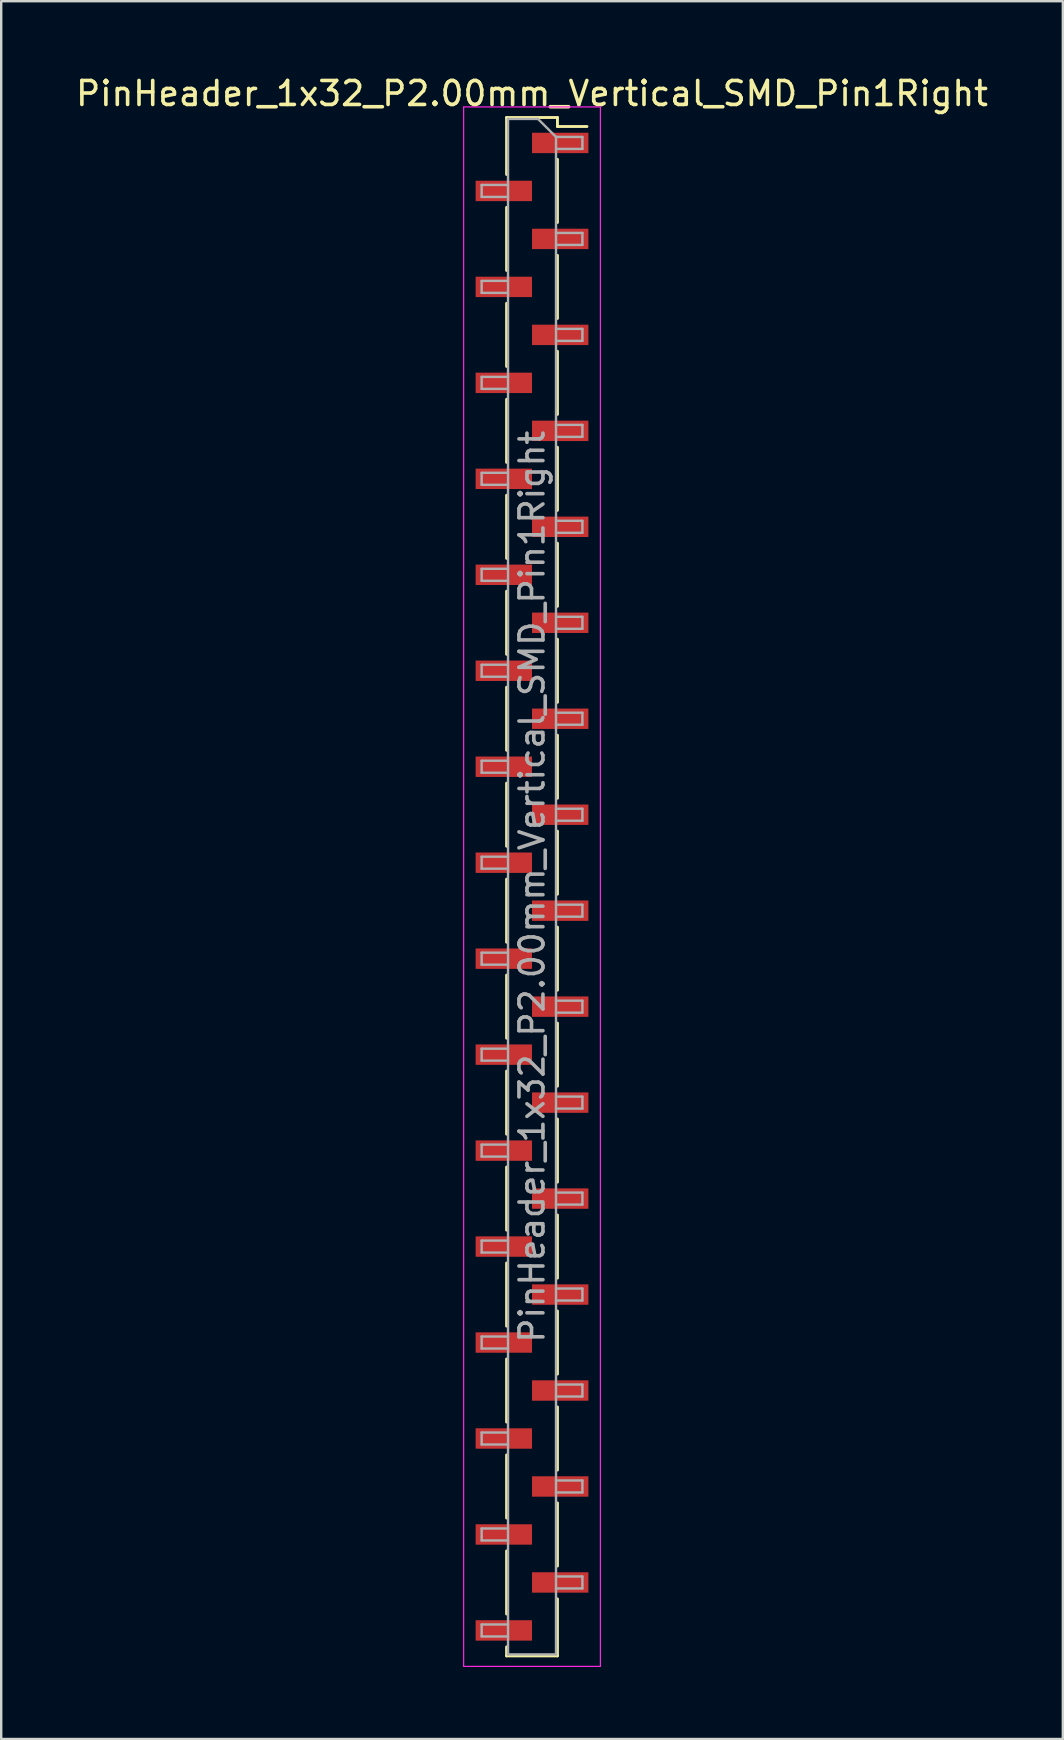
<source format=kicad_pcb>
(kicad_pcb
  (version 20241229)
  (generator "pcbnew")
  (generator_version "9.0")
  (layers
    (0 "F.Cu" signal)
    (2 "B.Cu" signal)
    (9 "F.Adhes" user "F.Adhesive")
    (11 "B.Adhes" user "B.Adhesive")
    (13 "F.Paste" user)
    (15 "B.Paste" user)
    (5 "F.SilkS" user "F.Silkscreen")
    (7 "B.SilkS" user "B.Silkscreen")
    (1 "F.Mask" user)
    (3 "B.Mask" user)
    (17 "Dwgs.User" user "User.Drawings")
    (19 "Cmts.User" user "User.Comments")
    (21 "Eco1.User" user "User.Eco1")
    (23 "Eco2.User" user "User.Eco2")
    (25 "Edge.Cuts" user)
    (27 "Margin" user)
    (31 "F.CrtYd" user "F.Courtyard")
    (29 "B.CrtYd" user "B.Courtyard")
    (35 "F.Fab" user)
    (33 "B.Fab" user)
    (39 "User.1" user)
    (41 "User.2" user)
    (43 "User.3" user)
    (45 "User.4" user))
  (footprint "PinHeader_1x32_P2.00mm_Vertical_SMD_Pin1Right"
    (layer "F.Cu")
    (at 19.125 33.908)
    (property "Reference" "PinHeader_1x32_P2.00mm_Vertical_SMD_Pin1Right" (at 0 -33.06 0) (layer "F.SilkS") (effects (font (size 1 1) (thickness 0.15))))
    (attr smd)
    (fp_line (start -1.06 -32.06) (end -1.06 -29.685) (stroke (width 0.12) (type solid)) (layer "F.SilkS"))
    (fp_line (start -1.06 -32.06) (end 1.06 -32.06) (stroke (width 0.12) (type solid)) (layer "F.SilkS"))
    (fp_line (start -1.06 -28.315) (end -1.06 -25.685) (stroke (width 0.12) (type solid)) (layer "F.SilkS"))
    (fp_line (start -1.06 -24.315) (end -1.06 -21.685) (stroke (width 0.12) (type solid)) (layer "F.SilkS"))
    (fp_line (start -1.06 -20.315) (end -1.06 -17.685) (stroke (width 0.12) (type solid)) (layer "F.SilkS"))
    (fp_line (start -1.06 -16.315) (end -1.06 -13.685) (stroke (width 0.12) (type solid)) (layer "F.SilkS"))
    (fp_line (start -1.06 -12.315) (end -1.06 -9.685) (stroke (width 0.12) (type solid)) (layer "F.SilkS"))
    (fp_line (start -1.06 -8.315) (end -1.06 -5.685) (stroke (width 0.12) (type solid)) (layer "F.SilkS"))
    (fp_line (start -1.06 -4.315) (end -1.06 -1.685) (stroke (width 0.12) (type solid)) (layer "F.SilkS"))
    (fp_line (start -1.06 -0.315) (end -1.06 2.315) (stroke (width 0.12) (type solid)) (layer "F.SilkS"))
    (fp_line (start -1.06 3.685) (end -1.06 6.315) (stroke (width 0.12) (type solid)) (layer "F.SilkS"))
    (fp_line (start -1.06 7.685) (end -1.06 10.315) (stroke (width 0.12) (type solid)) (layer "F.SilkS"))
    (fp_line (start -1.06 11.685) (end -1.06 14.315) (stroke (width 0.12) (type solid)) (layer "F.SilkS"))
    (fp_line (start -1.06 15.685) (end -1.06 18.315) (stroke (width 0.12) (type solid)) (layer "F.SilkS"))
    (fp_line (start -1.06 19.685) (end -1.06 22.315) (stroke (width 0.12) (type solid)) (layer "F.SilkS"))
    (fp_line (start -1.06 23.685) (end -1.06 26.315) (stroke (width 0.12) (type solid)) (layer "F.SilkS"))
    (fp_line (start -1.06 27.685) (end -1.06 30.315) (stroke (width 0.12) (type solid)) (layer "F.SilkS"))
    (fp_line (start -1.06 31.685) (end -1.06 32.06) (stroke (width 0.12) (type solid)) (layer "F.SilkS"))
    (fp_line (start -1.06 32.06) (end 1.06 32.06) (stroke (width 0.12) (type solid)) (layer "F.SilkS"))
    (fp_line (start 1.06 -32.06) (end 1.06 -31.685) (stroke (width 0.12) (type solid)) (layer "F.SilkS"))
    (fp_line (start 1.06 -31.685) (end 2.29 -31.685) (stroke (width 0.12) (type solid)) (layer "F.SilkS"))
    (fp_line (start 1.06 -30.315) (end 1.06 -27.685) (stroke (width 0.12) (type solid)) (layer "F.SilkS"))
    (fp_line (start 1.06 -26.315) (end 1.06 -23.685) (stroke (width 0.12) (type solid)) (layer "F.SilkS"))
    (fp_line (start 1.06 -22.315) (end 1.06 -19.685) (stroke (width 0.12) (type solid)) (layer "F.SilkS"))
    (fp_line (start 1.06 -18.315) (end 1.06 -15.685) (stroke (width 0.12) (type solid)) (layer "F.SilkS"))
    (fp_line (start 1.06 -14.315) (end 1.06 -11.685) (stroke (width 0.12) (type solid)) (layer "F.SilkS"))
    (fp_line (start 1.06 -10.315) (end 1.06 -7.685) (stroke (width 0.12) (type solid)) (layer "F.SilkS"))
    (fp_line (start 1.06 -6.315) (end 1.06 -3.685) (stroke (width 0.12) (type solid)) (layer "F.SilkS"))
    (fp_line (start 1.06 -2.315) (end 1.06 0.315) (stroke (width 0.12) (type solid)) (layer "F.SilkS"))
    (fp_line (start 1.06 1.685) (end 1.06 4.315) (stroke (width 0.12) (type solid)) (layer "F.SilkS"))
    (fp_line (start 1.06 5.685) (end 1.06 8.315) (stroke (width 0.12) (type solid)) (layer "F.SilkS"))
    (fp_line (start 1.06 9.685) (end 1.06 12.315) (stroke (width 0.12) (type solid)) (layer "F.SilkS"))
    (fp_line (start 1.06 13.685) (end 1.06 16.315) (stroke (width 0.12) (type solid)) (layer "F.SilkS"))
    (fp_line (start 1.06 17.685) (end 1.06 20.315) (stroke (width 0.12) (type solid)) (layer "F.SilkS"))
    (fp_line (start 1.06 21.685) (end 1.06 24.315) (stroke (width 0.12) (type solid)) (layer "F.SilkS"))
    (fp_line (start 1.06 25.685) (end 1.06 28.315) (stroke (width 0.12) (type solid)) (layer "F.SilkS"))
    (fp_line (start 1.06 29.685) (end 1.06 32.06) (stroke (width 0.12) (type solid)) (layer "F.SilkS"))
    (fp_line (start -2.85 -32.5) (end -2.85 32.5) (stroke (width 0.05) (type solid)) (layer "F.CrtYd"))
    (fp_line (start -2.85 32.5) (end 2.85 32.5) (stroke (width 0.05) (type solid)) (layer "F.CrtYd"))
    (fp_line (start 2.85 -32.5) (end -2.85 -32.5) (stroke (width 0.05) (type solid)) (layer "F.CrtYd"))
    (fp_line (start 2.85 32.5) (end 2.85 -32.5) (stroke (width 0.05) (type solid)) (layer "F.CrtYd"))
    (fp_line (start -2.1 -29.25) (end -2.1 -28.75) (stroke (width 0.1) (type solid)) (layer "F.Fab"))
    (fp_line (start -2.1 -28.75) (end -1 -28.75) (stroke (width 0.1) (type solid)) (layer "F.Fab"))
    (fp_line (start -2.1 -25.25) (end -2.1 -24.75) (stroke (width 0.1) (type solid)) (layer "F.Fab"))
    (fp_line (start -2.1 -24.75) (end -1 -24.75) (stroke (width 0.1) (type solid)) (layer "F.Fab"))
    (fp_line (start -2.1 -21.25) (end -2.1 -20.75) (stroke (width 0.1) (type solid)) (layer "F.Fab"))
    (fp_line (start -2.1 -20.75) (end -1 -20.75) (stroke (width 0.1) (type solid)) (layer "F.Fab"))
    (fp_line (start -2.1 -17.25) (end -2.1 -16.75) (stroke (width 0.1) (type solid)) (layer "F.Fab"))
    (fp_line (start -2.1 -16.75) (end -1 -16.75) (stroke (width 0.1) (type solid)) (layer "F.Fab"))
    (fp_line (start -2.1 -13.25) (end -2.1 -12.75) (stroke (width 0.1) (type solid)) (layer "F.Fab"))
    (fp_line (start -2.1 -12.75) (end -1 -12.75) (stroke (width 0.1) (type solid)) (layer "F.Fab"))
    (fp_line (start -2.1 -9.25) (end -2.1 -8.75) (stroke (width 0.1) (type solid)) (layer "F.Fab"))
    (fp_line (start -2.1 -8.75) (end -1 -8.75) (stroke (width 0.1) (type solid)) (layer "F.Fab"))
    (fp_line (start -2.1 -5.25) (end -2.1 -4.75) (stroke (width 0.1) (type solid)) (layer "F.Fab"))
    (fp_line (start -2.1 -4.75) (end -1 -4.75) (stroke (width 0.1) (type solid)) (layer "F.Fab"))
    (fp_line (start -2.1 -1.25) (end -2.1 -0.75) (stroke (width 0.1) (type solid)) (layer "F.Fab"))
    (fp_line (start -2.1 -0.75) (end -1 -0.75) (stroke (width 0.1) (type solid)) (layer "F.Fab"))
    (fp_line (start -2.1 2.75) (end -2.1 3.25) (stroke (width 0.1) (type solid)) (layer "F.Fab"))
    (fp_line (start -2.1 3.25) (end -1 3.25) (stroke (width 0.1) (type solid)) (layer "F.Fab"))
    (fp_line (start -2.1 6.75) (end -2.1 7.25) (stroke (width 0.1) (type solid)) (layer "F.Fab"))
    (fp_line (start -2.1 7.25) (end -1 7.25) (stroke (width 0.1) (type solid)) (layer "F.Fab"))
    (fp_line (start -2.1 10.75) (end -2.1 11.25) (stroke (width 0.1) (type solid)) (layer "F.Fab"))
    (fp_line (start -2.1 11.25) (end -1 11.25) (stroke (width 0.1) (type solid)) (layer "F.Fab"))
    (fp_line (start -2.1 14.75) (end -2.1 15.25) (stroke (width 0.1) (type solid)) (layer "F.Fab"))
    (fp_line (start -2.1 15.25) (end -1 15.25) (stroke (width 0.1) (type solid)) (layer "F.Fab"))
    (fp_line (start -2.1 18.75) (end -2.1 19.25) (stroke (width 0.1) (type solid)) (layer "F.Fab"))
    (fp_line (start -2.1 19.25) (end -1 19.25) (stroke (width 0.1) (type solid)) (layer "F.Fab"))
    (fp_line (start -2.1 22.75) (end -2.1 23.25) (stroke (width 0.1) (type solid)) (layer "F.Fab"))
    (fp_line (start -2.1 23.25) (end -1 23.25) (stroke (width 0.1) (type solid)) (layer "F.Fab"))
    (fp_line (start -2.1 26.75) (end -2.1 27.25) (stroke (width 0.1) (type solid)) (layer "F.Fab"))
    (fp_line (start -2.1 27.25) (end -1 27.25) (stroke (width 0.1) (type solid)) (layer "F.Fab"))
    (fp_line (start -2.1 30.75) (end -2.1 31.25) (stroke (width 0.1) (type solid)) (layer "F.Fab"))
    (fp_line (start -2.1 31.25) (end -1 31.25) (stroke (width 0.1) (type solid)) (layer "F.Fab"))
    (fp_line (start -1 -32) (end -1 32) (stroke (width 0.1) (type solid)) (layer "F.Fab"))
    (fp_line (start -1 -32) (end 0.25 -32) (stroke (width 0.1) (type solid)) (layer "F.Fab"))
    (fp_line (start -1 -29.25) (end -2.1 -29.25) (stroke (width 0.1) (type solid)) (layer "F.Fab"))
    (fp_line (start -1 -25.25) (end -2.1 -25.25) (stroke (width 0.1) (type solid)) (layer "F.Fab"))
    (fp_line (start -1 -21.25) (end -2.1 -21.25) (stroke (width 0.1) (type solid)) (layer "F.Fab"))
    (fp_line (start -1 -17.25) (end -2.1 -17.25) (stroke (width 0.1) (type solid)) (layer "F.Fab"))
    (fp_line (start -1 -13.25) (end -2.1 -13.25) (stroke (width 0.1) (type solid)) (layer "F.Fab"))
    (fp_line (start -1 -9.25) (end -2.1 -9.25) (stroke (width 0.1) (type solid)) (layer "F.Fab"))
    (fp_line (start -1 -5.25) (end -2.1 -5.25) (stroke (width 0.1) (type solid)) (layer "F.Fab"))
    (fp_line (start -1 -1.25) (end -2.1 -1.25) (stroke (width 0.1) (type solid)) (layer "F.Fab"))
    (fp_line (start -1 2.75) (end -2.1 2.75) (stroke (width 0.1) (type solid)) (layer "F.Fab"))
    (fp_line (start -1 6.75) (end -2.1 6.75) (stroke (width 0.1) (type solid)) (layer "F.Fab"))
    (fp_line (start -1 10.75) (end -2.1 10.75) (stroke (width 0.1) (type solid)) (layer "F.Fab"))
    (fp_line (start -1 14.75) (end -2.1 14.75) (stroke (width 0.1) (type solid)) (layer "F.Fab"))
    (fp_line (start -1 18.75) (end -2.1 18.75) (stroke (width 0.1) (type solid)) (layer "F.Fab"))
    (fp_line (start -1 22.75) (end -2.1 22.75) (stroke (width 0.1) (type solid)) (layer "F.Fab"))
    (fp_line (start -1 26.75) (end -2.1 26.75) (stroke (width 0.1) (type solid)) (layer "F.Fab"))
    (fp_line (start -1 30.75) (end -2.1 30.75) (stroke (width 0.1) (type solid)) (layer "F.Fab"))
    (fp_line (start 1 -31.25) (end 0.25 -32) (stroke (width 0.1) (type solid)) (layer "F.Fab"))
    (fp_line (start 1 -31.25) (end 2.1 -31.25) (stroke (width 0.1) (type solid)) (layer "F.Fab"))
    (fp_line (start 1 -27.25) (end 2.1 -27.25) (stroke (width 0.1) (type solid)) (layer "F.Fab"))
    (fp_line (start 1 -23.25) (end 2.1 -23.25) (stroke (width 0.1) (type solid)) (layer "F.Fab"))
    (fp_line (start 1 -19.25) (end 2.1 -19.25) (stroke (width 0.1) (type solid)) (layer "F.Fab"))
    (fp_line (start 1 -15.25) (end 2.1 -15.25) (stroke (width 0.1) (type solid)) (layer "F.Fab"))
    (fp_line (start 1 -11.25) (end 2.1 -11.25) (stroke (width 0.1) (type solid)) (layer "F.Fab"))
    (fp_line (start 1 -7.25) (end 2.1 -7.25) (stroke (width 0.1) (type solid)) (layer "F.Fab"))
    (fp_line (start 1 -3.25) (end 2.1 -3.25) (stroke (width 0.1) (type solid)) (layer "F.Fab"))
    (fp_line (start 1 0.75) (end 2.1 0.75) (stroke (width 0.1) (type solid)) (layer "F.Fab"))
    (fp_line (start 1 4.75) (end 2.1 4.75) (stroke (width 0.1) (type solid)) (layer "F.Fab"))
    (fp_line (start 1 8.75) (end 2.1 8.75) (stroke (width 0.1) (type solid)) (layer "F.Fab"))
    (fp_line (start 1 12.75) (end 2.1 12.75) (stroke (width 0.1) (type solid)) (layer "F.Fab"))
    (fp_line (start 1 16.75) (end 2.1 16.75) (stroke (width 0.1) (type solid)) (layer "F.Fab"))
    (fp_line (start 1 20.75) (end 2.1 20.75) (stroke (width 0.1) (type solid)) (layer "F.Fab"))
    (fp_line (start 1 24.75) (end 2.1 24.75) (stroke (width 0.1) (type solid)) (layer "F.Fab"))
    (fp_line (start 1 28.75) (end 2.1 28.75) (stroke (width 0.1) (type solid)) (layer "F.Fab"))
    (fp_line (start 1 32) (end -1 32) (stroke (width 0.1) (type solid)) (layer "F.Fab"))
    (fp_line (start 1 32) (end 1 -31.25) (stroke (width 0.1) (type solid)) (layer "F.Fab"))
    (fp_line (start 2.1 -31.25) (end 2.1 -30.75) (stroke (width 0.1) (type solid)) (layer "F.Fab"))
    (fp_line (start 2.1 -30.75) (end 1 -30.75) (stroke (width 0.1) (type solid)) (layer "F.Fab"))
    (fp_line (start 2.1 -27.25) (end 2.1 -26.75) (stroke (width 0.1) (type solid)) (layer "F.Fab"))
    (fp_line (start 2.1 -26.75) (end 1 -26.75) (stroke (width 0.1) (type solid)) (layer "F.Fab"))
    (fp_line (start 2.1 -23.25) (end 2.1 -22.75) (stroke (width 0.1) (type solid)) (layer "F.Fab"))
    (fp_line (start 2.1 -22.75) (end 1 -22.75) (stroke (width 0.1) (type solid)) (layer "F.Fab"))
    (fp_line (start 2.1 -19.25) (end 2.1 -18.75) (stroke (width 0.1) (type solid)) (layer "F.Fab"))
    (fp_line (start 2.1 -18.75) (end 1 -18.75) (stroke (width 0.1) (type solid)) (layer "F.Fab"))
    (fp_line (start 2.1 -15.25) (end 2.1 -14.75) (stroke (width 0.1) (type solid)) (layer "F.Fab"))
    (fp_line (start 2.1 -14.75) (end 1 -14.75) (stroke (width 0.1) (type solid)) (layer "F.Fab"))
    (fp_line (start 2.1 -11.25) (end 2.1 -10.75) (stroke (width 0.1) (type solid)) (layer "F.Fab"))
    (fp_line (start 2.1 -10.75) (end 1 -10.75) (stroke (width 0.1) (type solid)) (layer "F.Fab"))
    (fp_line (start 2.1 -7.25) (end 2.1 -6.75) (stroke (width 0.1) (type solid)) (layer "F.Fab"))
    (fp_line (start 2.1 -6.75) (end 1 -6.75) (stroke (width 0.1) (type solid)) (layer "F.Fab"))
    (fp_line (start 2.1 -3.25) (end 2.1 -2.75) (stroke (width 0.1) (type solid)) (layer "F.Fab"))
    (fp_line (start 2.1 -2.75) (end 1 -2.75) (stroke (width 0.1) (type solid)) (layer "F.Fab"))
    (fp_line (start 2.1 0.75) (end 2.1 1.25) (stroke (width 0.1) (type solid)) (layer "F.Fab"))
    (fp_line (start 2.1 1.25) (end 1 1.25) (stroke (width 0.1) (type solid)) (layer "F.Fab"))
    (fp_line (start 2.1 4.75) (end 2.1 5.25) (stroke (width 0.1) (type solid)) (layer "F.Fab"))
    (fp_line (start 2.1 5.25) (end 1 5.25) (stroke (width 0.1) (type solid)) (layer "F.Fab"))
    (fp_line (start 2.1 8.75) (end 2.1 9.25) (stroke (width 0.1) (type solid)) (layer "F.Fab"))
    (fp_line (start 2.1 9.25) (end 1 9.25) (stroke (width 0.1) (type solid)) (layer "F.Fab"))
    (fp_line (start 2.1 12.75) (end 2.1 13.25) (stroke (width 0.1) (type solid)) (layer "F.Fab"))
    (fp_line (start 2.1 13.25) (end 1 13.25) (stroke (width 0.1) (type solid)) (layer "F.Fab"))
    (fp_line (start 2.1 16.75) (end 2.1 17.25) (stroke (width 0.1) (type solid)) (layer "F.Fab"))
    (fp_line (start 2.1 17.25) (end 1 17.25) (stroke (width 0.1) (type solid)) (layer "F.Fab"))
    (fp_line (start 2.1 20.75) (end 2.1 21.25) (stroke (width 0.1) (type solid)) (layer "F.Fab"))
    (fp_line (start 2.1 21.25) (end 1 21.25) (stroke (width 0.1) (type solid)) (layer "F.Fab"))
    (fp_line (start 2.1 24.75) (end 2.1 25.25) (stroke (width 0.1) (type solid)) (layer "F.Fab"))
    (fp_line (start 2.1 25.25) (end 1 25.25) (stroke (width 0.1) (type solid)) (layer "F.Fab"))
    (fp_line (start 2.1 28.75) (end 2.1 29.25) (stroke (width 0.1) (type solid)) (layer "F.Fab"))
    (fp_line (start 2.1 29.25) (end 1 29.25) (stroke (width 0.1) (type solid)) (layer "F.Fab"))
    (fp_text user "${REFERENCE}" (at 0 0 90) (layer "F.Fab") (effects (font (size 1 1) (thickness 0.15))))
    (pad "1" smd rect (at 1.175 -31) (size 2.35 0.85) (layers "F.Cu" "F.Mask" "F.Paste"))
    (pad "2" smd rect (at -1.175 -29) (size 2.35 0.85) (layers "F.Cu" "F.Mask" "F.Paste"))
    (pad "3" smd rect (at 1.175 -27) (size 2.35 0.85) (layers "F.Cu" "F.Mask" "F.Paste"))
    (pad "4" smd rect (at -1.175 -25) (size 2.35 0.85) (layers "F.Cu" "F.Mask" "F.Paste"))
    (pad "5" smd rect (at 1.175 -23) (size 2.35 0.85) (layers "F.Cu" "F.Mask" "F.Paste"))
    (pad "6" smd rect (at -1.175 -21) (size 2.35 0.85) (layers "F.Cu" "F.Mask" "F.Paste"))
    (pad "7" smd rect (at 1.175 -19) (size 2.35 0.85) (layers "F.Cu" "F.Mask" "F.Paste"))
    (pad "8" smd rect (at -1.175 -17) (size 2.35 0.85) (layers "F.Cu" "F.Mask" "F.Paste"))
    (pad "9" smd rect (at 1.175 -15) (size 2.35 0.85) (layers "F.Cu" "F.Mask" "F.Paste"))
    (pad "10" smd rect (at -1.175 -13) (size 2.35 0.85) (layers "F.Cu" "F.Mask" "F.Paste"))
    (pad "11" smd rect (at 1.175 -11) (size 2.35 0.85) (layers "F.Cu" "F.Mask" "F.Paste"))
    (pad "12" smd rect (at -1.175 -9) (size 2.35 0.85) (layers "F.Cu" "F.Mask" "F.Paste"))
    (pad "13" smd rect (at 1.175 -7) (size 2.35 0.85) (layers "F.Cu" "F.Mask" "F.Paste"))
    (pad "14" smd rect (at -1.175 -5) (size 2.35 0.85) (layers "F.Cu" "F.Mask" "F.Paste"))
    (pad "15" smd rect (at 1.175 -3) (size 2.35 0.85) (layers "F.Cu" "F.Mask" "F.Paste"))
    (pad "16" smd rect (at -1.175 -1) (size 2.35 0.85) (layers "F.Cu" "F.Mask" "F.Paste"))
    (pad "17" smd rect (at 1.175 1) (size 2.35 0.85) (layers "F.Cu" "F.Mask" "F.Paste"))
    (pad "18" smd rect (at -1.175 3) (size 2.35 0.85) (layers "F.Cu" "F.Mask" "F.Paste"))
    (pad "19" smd rect (at 1.175 5) (size 2.35 0.85) (layers "F.Cu" "F.Mask" "F.Paste"))
    (pad "20" smd rect (at -1.175 7) (size 2.35 0.85) (layers "F.Cu" "F.Mask" "F.Paste"))
    (pad "21" smd rect (at 1.175 9) (size 2.35 0.85) (layers "F.Cu" "F.Mask" "F.Paste"))
    (pad "22" smd rect (at -1.175 11) (size 2.35 0.85) (layers "F.Cu" "F.Mask" "F.Paste"))
    (pad "23" smd rect (at 1.175 13) (size 2.35 0.85) (layers "F.Cu" "F.Mask" "F.Paste"))
    (pad "24" smd rect (at -1.175 15) (size 2.35 0.85) (layers "F.Cu" "F.Mask" "F.Paste"))
    (pad "25" smd rect (at 1.175 17) (size 2.35 0.85) (layers "F.Cu" "F.Mask" "F.Paste"))
    (pad "26" smd rect (at -1.175 19) (size 2.35 0.85) (layers "F.Cu" "F.Mask" "F.Paste"))
    (pad "27" smd rect (at 1.175 21) (size 2.35 0.85) (layers "F.Cu" "F.Mask" "F.Paste"))
    (pad "28" smd rect (at -1.175 23) (size 2.35 0.85) (layers "F.Cu" "F.Mask" "F.Paste"))
    (pad "29" smd rect (at 1.175 25) (size 2.35 0.85) (layers "F.Cu" "F.Mask" "F.Paste"))
    (pad "30" smd rect (at -1.175 27) (size 2.35 0.85) (layers "F.Cu" "F.Mask" "F.Paste"))
    (pad "31" smd rect (at 1.175 29) (size 2.35 0.85) (layers "F.Cu" "F.Mask" "F.Paste"))
    (pad "32" smd rect (at -1.175 31) (size 2.35 0.85) (layers "F.Cu" "F.Mask" "F.Paste")))
  (gr_rect
    (start -3 -3)
    (end 41.25 69.433)
    (stroke (width 0.1) (type default))
    (fill no)
    (layer "Edge.Cuts")))
</source>
